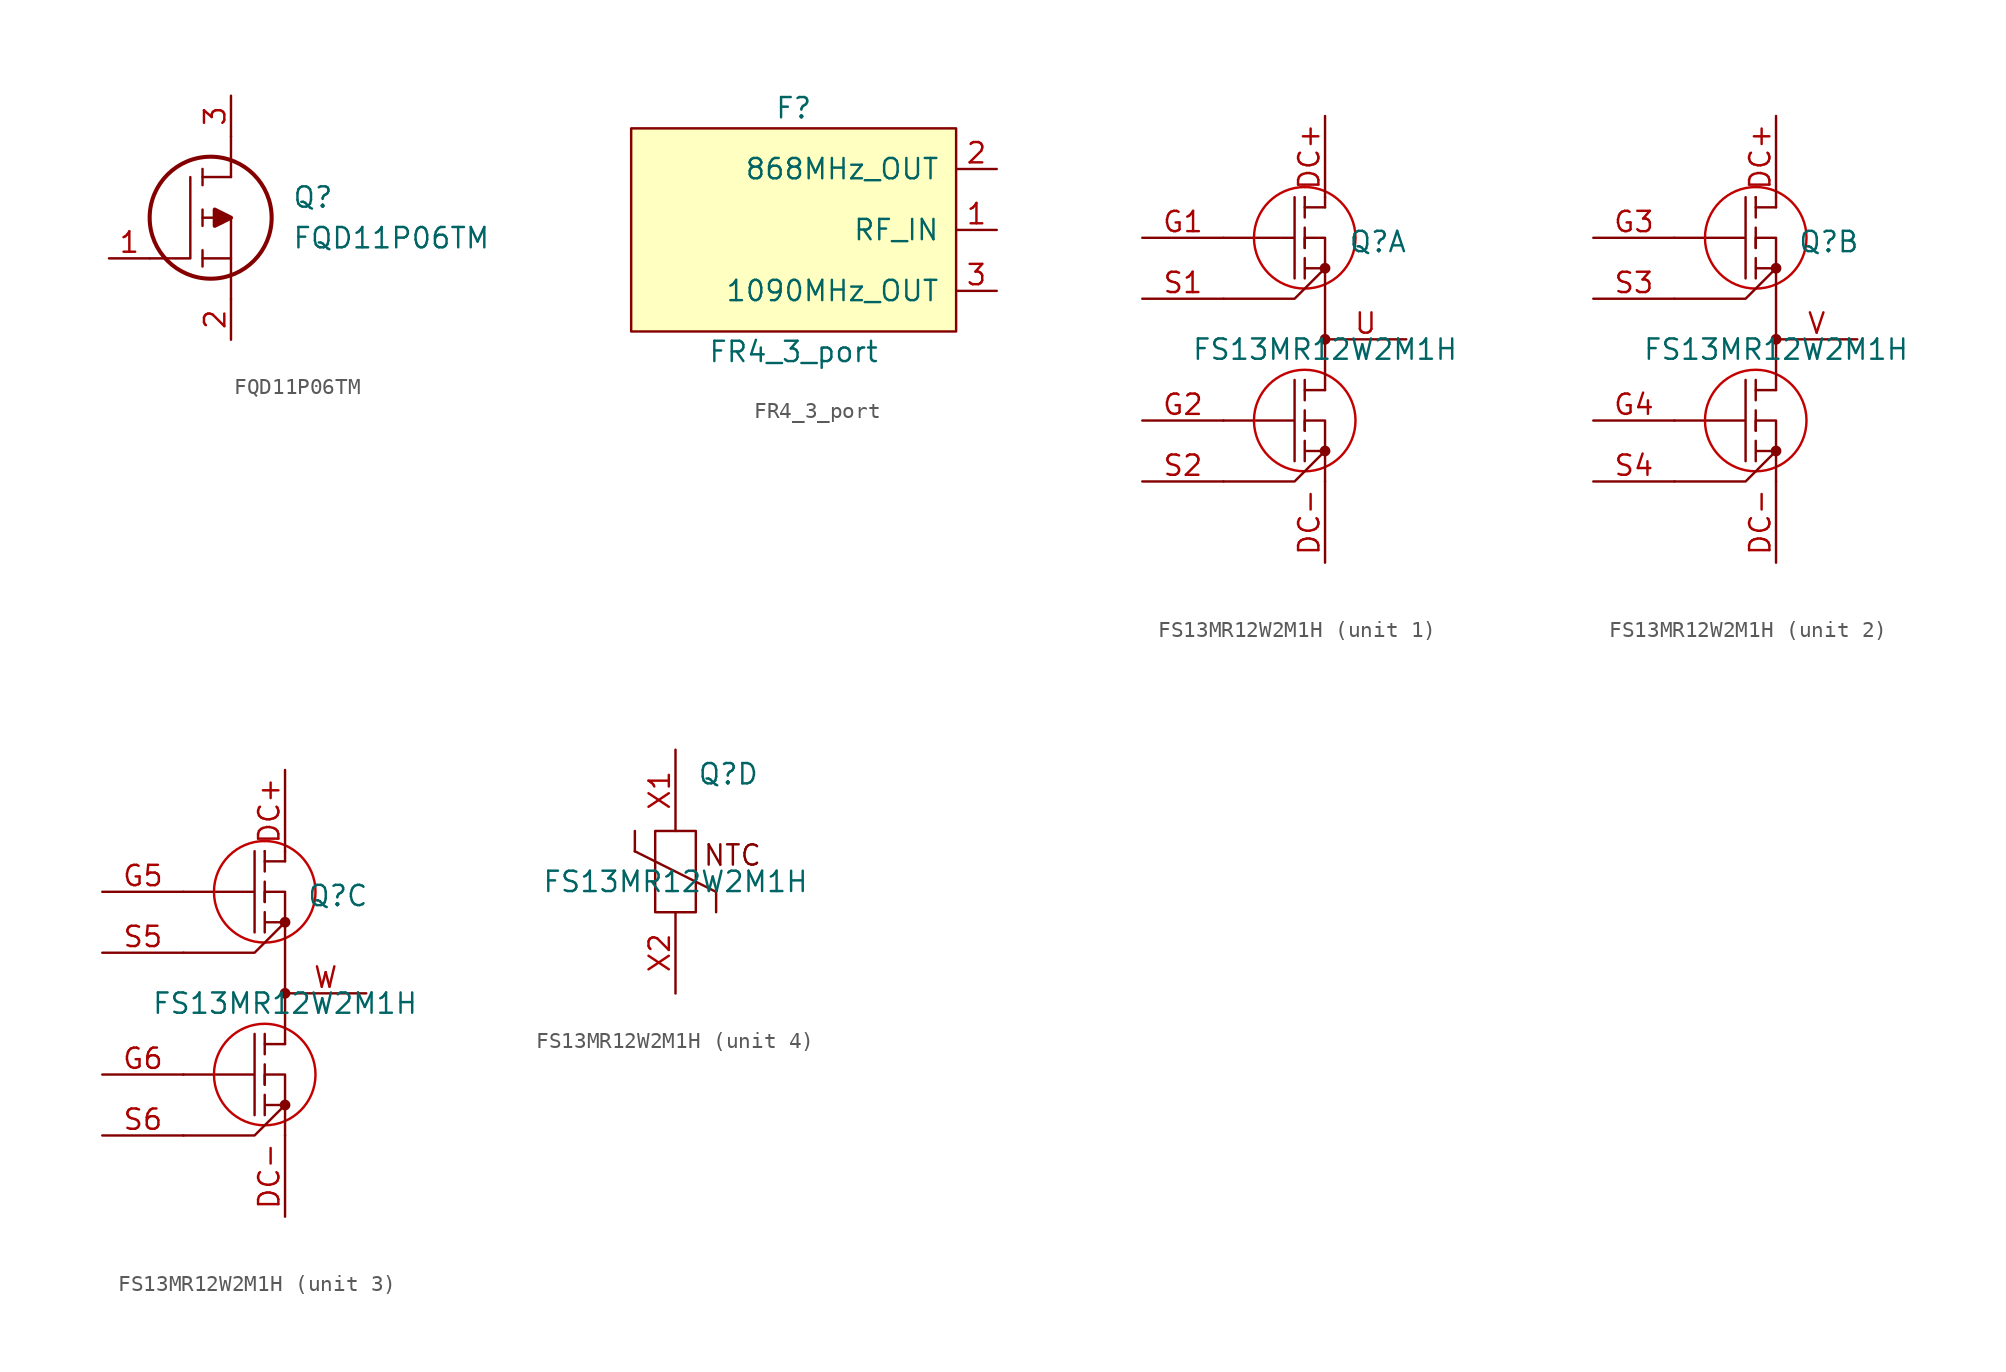
<source format=kicad_sym>
(kicad_symbol_lib
  (version 20231120)
  (generator "kicad_symbol_editor")
  (generator_version "8.0")
  (symbol "FQD11P06TM"
    (pin_names
      (offset 0.762))
    (property "Reference" "Q"
      (at 11.43 3.81 0)
      (effects (font (size 1.27 1.27)) (justify left)))
    (property "Value" "FQD11P06TM"
      (at 11.43 1.27 0)
      (effects (font (size 1.27 1.27)) (justify left)))
    (symbol "FQD11P06TM_0_0"
      (pin passive line (at 0 0 0) (length 2.54) (name "~" (effects (font (size 1.27 1.27)))) (number "1" (effects (font (size 1.27 1.27)))))
      (pin passive line (at 7.62 -5.08 90) (length 2.54) (name "~" (effects (font (size 1.27 1.27)))) (number "2" (effects (font (size 1.27 1.27)))))
      (pin passive line (at 7.62 10.16 270) (length 2.54) (name "~" (effects (font (size 1.27 1.27)))) (number "3" (effects (font (size 1.27 1.27))))))
    (symbol "FQD11P06TM_0_1"
      (polyline (pts (xy 5.842 -0.508) (xy 5.842 0.508)) (stroke (width 0.152) (type solid)) (fill (type none)))
      (polyline (pts (xy 5.842 0) (xy 7.62 0)) (stroke (width 0.152) (type solid)) (fill (type none)))
      (polyline (pts (xy 5.842 2.032) (xy 5.842 3.048)) (stroke (width 0.152) (type solid)) (fill (type none)))
      (polyline (pts (xy 5.842 5.588) (xy 5.842 4.572)) (stroke (width 0.152) (type solid)) (fill (type none)))
      (polyline (pts (xy 7.62 2.54) (xy 5.842 2.54)) (stroke (width 0.152) (type solid)) (fill (type none)))
      (polyline (pts (xy 7.62 2.54) (xy 7.62 -2.54)) (stroke (width 0.152) (type solid)) (fill (type none)))
      (polyline (pts (xy 7.62 5.08) (xy 5.842 5.08)) (stroke (width 0.152) (type solid)) (fill (type none)))
      (polyline (pts (xy 7.62 5.08) (xy 7.62 7.62)) (stroke (width 0.152) (type solid)) (fill (type none)))
      (polyline (pts (xy 2.54 0) (xy 5.08 0) (xy 5.08 5.08)) (stroke (width 0.152) (type solid)) (fill (type none)))
      (polyline (pts (xy 7.62 2.54) (xy 6.604 3.048) (xy 6.604 2.032) (xy 7.62 2.54)) (stroke (width 0.254) (type solid)) (fill (type outline)))
      (circle (center 6.35 2.54) (radius 3.81) (stroke (width 0.254) (type solid)) (fill (type none)))))
  (symbol "FR4_3_port"
    (pin_names
      (offset 1.016))
    (property "Reference" "F"
      (at 0 7.62 0)
      (effects (font (size 1.27 1.27))))
    (property "Value" "FR4_3_port"
      (at 0 -7.62 0)
      (effects (font (size 1.27 1.27))))
    (symbol "FR4_3_port_0_1"
      (rectangle (start 10.16 -6.35) (end -10.16 6.35) (stroke (width 0) (type default)) (fill (type background))))
    (symbol "FR4_3_port_1_1"
      (pin input line (at 12.7 0 180) (length 2.54) (name "RF_IN" (effects (font (size 1.27 1.27)))) (number "1" (effects (font (size 1.27 1.27)))))
      (pin output line (at 12.7 3.81 180) (length 2.54) (name "868MHz_OUT" (effects (font (size 1.27 1.27)))) (number "2" (effects (font (size 1.27 1.27)))))
      (pin output line (at 12.7 -3.81 180) (length 2.54) (name "1090MHz_OUT" (effects (font (size 1.27 1.27)))) (number "3" (effects (font (size 1.27 1.27)))))))
  (symbol "FS13MR12W2M1H"
    (pin_names
      (offset 0))
    (property "Reference" "Q"
      (at 3.302 6.096 0)
      (effects (font (size 1.27 1.27))))
    (property "Value" "FS13MR12W2M1H"
      (at 0 -0.635 0)
      (effects (font (size 1.27 1.27))))
    (property "ki_locked" ""
      (at 0 0 0)
      (effects (font (size 1.27 1.27))))
    (symbol "FS13MR12W2M1H_1_0"
      (pin power_in line (at 0 13.97 270) (length 5.08) (name "DC+" (effects (font (size 0 0)))) (number "DC+" (effects (font (size 1.27 1.27)))))
      (pin power_in line (at 0 -13.97 90) (length 5.08) (name "DC-" (effects (font (size 0 0)))) (number "DC-" (effects (font (size 1.27 1.27)))))
      (pin passive line (at -11.43 6.35 0) (length 5.08) (name "G1" (effects (font (size 0 0)))) (number "G1" (effects (font (size 1.27 1.27)))))
      (pin passive line (at -11.43 -5.08 0) (length 5.08) (name "G2" (effects (font (size 0 0)))) (number "G2" (effects (font (size 1.27 1.27)))))
      (pin passive line (at -11.43 2.54 0) (length 5.08) (name "S1" (effects (font (size 0 0)))) (number "S1" (effects (font (size 1.27 1.27)))))
      (pin passive line (at -11.43 -8.89 0) (length 5.08) (name "S2" (effects (font (size 0 0)))) (number "S2" (effects (font (size 1.27 1.27)))))
      (pin power_out line (at 5.08 0 180) (length 5.08) (name "U" (effects (font (size 0 0)))) (number "U" (effects (font (size 1.27 1.27))))))
    (symbol "FS13MR12W2M1H_1_1"
      (circle (center -1.27 -5.08) (radius 3.175) (stroke (width 0) (type default) (color 194 0 0 1)) (fill (type none)))
      (circle (center -1.27 6.35) (radius 3.175) (stroke (width 0) (type default) (color 194 0 0 1)) (fill (type none)))
      (circle (center 0 -6.985) (radius 0.259) (stroke (width 0) (type default)) (fill (type outline)))
      (polyline (pts (xy -1.27 -4.445) (xy -1.27 -5.715)) (stroke (width 0) (type default)) (fill (type none)))
      (polyline (pts (xy -1.27 -2.54) (xy -1.27 -3.175)) (stroke (width 0) (type default)) (fill (type none)))
      (polyline (pts (xy -1.27 6.985) (xy -1.27 5.715)) (stroke (width 0) (type default)) (fill (type none)))
      (polyline (pts (xy -1.27 8.89) (xy -1.27 8.255)) (stroke (width 0) (type default)) (fill (type none)))
      (polyline (pts (xy -1.27 8.89) (xy -1.27 8.89)) (stroke (width 0) (type default)) (fill (type none)))
      (polyline (pts (xy -1.27 9.525) (xy -1.27 9.525)) (stroke (width 0) (type default)) (fill (type none)))
      (polyline (pts (xy 0 -3.175) (xy 0 0)) (stroke (width 0) (type default)) (fill (type none)))
      (polyline (pts (xy 0 8.255) (xy 0 8.89)) (stroke (width 0) (type default)) (fill (type none)))
      (polyline (pts (xy 0 -6.985) (xy -1.905 -8.89) (xy -6.35 -8.89)) (stroke (width 0) (type default)) (fill (type none)))
      (polyline (pts (xy 0 -3.175) (xy -1.27 -3.175) (xy -1.27 -3.81)) (stroke (width 0) (type default)) (fill (type none)))
      (polyline (pts (xy 0 4.445) (xy -1.905 2.54) (xy -6.35 2.54)) (stroke (width 0) (type default)) (fill (type none)))
      (polyline (pts (xy 0 8.255) (xy -1.27 8.255) (xy -1.27 7.62)) (stroke (width 0) (type default)) (fill (type none)))
      (polyline (pts (xy -6.35 -5.08) (xy -1.905 -5.08) (xy -1.905 -2.54) (xy -1.905 -7.62)) (stroke (width 0) (type default)) (fill (type none)))
      (polyline (pts (xy -6.35 6.35) (xy -1.905 6.35) (xy -1.905 8.89) (xy -1.905 3.81)) (stroke (width 0) (type default)) (fill (type none)))
      (polyline (pts (xy -1.27 -5.715) (xy -1.27 -5.08) (xy 0 -5.08) (xy 0 -6.985) (xy -1.27 -6.985) (xy -1.27 -6.35) (xy -1.27 -7.62) (xy -1.27 -6.985) (xy 0 -6.985) (xy 0 -8.89)) (stroke (width 0) (type default)) (fill (type none)))
      (polyline (pts (xy -1.27 5.715) (xy -1.27 6.35) (xy 0 6.35) (xy 0 4.445) (xy -1.27 4.445) (xy -1.27 5.08) (xy -1.27 3.81) (xy -1.27 4.445) (xy 0 4.445) (xy 0 0)) (stroke (width 0) (type default)) (fill (type none)))
      (circle (center 0 0) (radius 0.259) (stroke (width 0) (type default)) (fill (type outline)))
      (circle (center 0 4.445) (radius 0.259) (stroke (width 0) (type default)) (fill (type outline))))
    (symbol "FS13MR12W2M1H_2_0"
      (pin power_in line (at 0 13.97 270) (length 5.08) (name "DC+" (effects (font (size 0 0)))) (number "DC+" (effects (font (size 1.27 1.27)))))
      (pin power_in line (at 0 -13.97 90) (length 5.08) (name "DC-" (effects (font (size 0 0)))) (number "DC-" (effects (font (size 1.27 1.27)))))
      (pin passive line (at -11.43 6.35 0) (length 5.08) (name "G2" (effects (font (size 0 0)))) (number "G3" (effects (font (size 1.27 1.27)))))
      (pin passive line (at -11.43 -5.08 0) (length 5.08) (name "G4" (effects (font (size 0 0)))) (number "G4" (effects (font (size 1.27 1.27)))))
      (pin passive line (at -11.43 2.54 0) (length 5.08) (name "S3" (effects (font (size 0 0)))) (number "S3" (effects (font (size 1.27 1.27)))))
      (pin passive line (at -11.43 -8.89 0) (length 5.08) (name "S4" (effects (font (size 0 0)))) (number "S4" (effects (font (size 1.27 1.27)))))
      (pin power_out line (at 5.08 0 180) (length 5.08) (name "V" (effects (font (size 0 0)))) (number "V" (effects (font (size 1.27 1.27))))))
    (symbol "FS13MR12W2M1H_2_1"
      (circle (center -1.27 -5.08) (radius 3.175) (stroke (width 0) (type default) (color 194 0 0 1)) (fill (type none)))
      (circle (center -1.27 6.35) (radius 3.175) (stroke (width 0) (type default) (color 194 0 0 1)) (fill (type none)))
      (circle (center 0 -6.985) (radius 0.259) (stroke (width 0) (type default)) (fill (type outline)))
      (polyline (pts (xy -1.27 -4.445) (xy -1.27 -5.715)) (stroke (width 0) (type default)) (fill (type none)))
      (polyline (pts (xy -1.27 -2.54) (xy -1.27 -3.175)) (stroke (width 0) (type default)) (fill (type none)))
      (polyline (pts (xy -1.27 6.985) (xy -1.27 5.715)) (stroke (width 0) (type default)) (fill (type none)))
      (polyline (pts (xy -1.27 8.89) (xy -1.27 8.255)) (stroke (width 0) (type default)) (fill (type none)))
      (polyline (pts (xy -1.27 8.89) (xy -1.27 8.89)) (stroke (width 0) (type default)) (fill (type none)))
      (polyline (pts (xy -1.27 9.525) (xy -1.27 9.525)) (stroke (width 0) (type default)) (fill (type none)))
      (polyline (pts (xy 0 -3.175) (xy 0 0)) (stroke (width 0) (type default)) (fill (type none)))
      (polyline (pts (xy 0 8.255) (xy 0 8.89)) (stroke (width 0) (type default)) (fill (type none)))
      (polyline (pts (xy 0 -6.985) (xy -1.905 -8.89) (xy -6.35 -8.89)) (stroke (width 0) (type default)) (fill (type none)))
      (polyline (pts (xy 0 -3.175) (xy -1.27 -3.175) (xy -1.27 -3.81)) (stroke (width 0) (type default)) (fill (type none)))
      (polyline (pts (xy 0 4.445) (xy -1.905 2.54) (xy -6.35 2.54)) (stroke (width 0) (type default)) (fill (type none)))
      (polyline (pts (xy 0 8.255) (xy -1.27 8.255) (xy -1.27 7.62)) (stroke (width 0) (type default)) (fill (type none)))
      (polyline (pts (xy -6.35 -5.08) (xy -1.905 -5.08) (xy -1.905 -2.54) (xy -1.905 -7.62)) (stroke (width 0) (type default)) (fill (type none)))
      (polyline (pts (xy -6.35 6.35) (xy -1.905 6.35) (xy -1.905 8.89) (xy -1.905 3.81)) (stroke (width 0) (type default)) (fill (type none)))
      (polyline (pts (xy -1.27 -5.715) (xy -1.27 -5.08) (xy 0 -5.08) (xy 0 -6.985) (xy -1.27 -6.985) (xy -1.27 -6.35) (xy -1.27 -7.62) (xy -1.27 -6.985) (xy 0 -6.985) (xy 0 -8.89)) (stroke (width 0) (type default)) (fill (type none)))
      (polyline (pts (xy -1.27 5.715) (xy -1.27 6.35) (xy 0 6.35) (xy 0 4.445) (xy -1.27 4.445) (xy -1.27 5.08) (xy -1.27 3.81) (xy -1.27 4.445) (xy 0 4.445) (xy 0 0)) (stroke (width 0) (type default)) (fill (type none)))
      (circle (center 0 0) (radius 0.259) (stroke (width 0) (type default)) (fill (type outline)))
      (circle (center 0 4.445) (radius 0.259) (stroke (width 0) (type default)) (fill (type outline))))
    (symbol "FS13MR12W2M1H_3_0"
      (pin power_in line (at 0 13.97 270) (length 5.08) (name "DC+" (effects (font (size 0 0)))) (number "DC+" (effects (font (size 1.27 1.27)))))
      (pin power_in line (at 0 -13.97 90) (length 5.08) (name "DC-" (effects (font (size 0 0)))) (number "DC-" (effects (font (size 1.27 1.27)))))
      (pin passive line (at -11.43 6.35 0) (length 5.08) (name "G5" (effects (font (size 0 0)))) (number "G5" (effects (font (size 1.27 1.27)))))
      (pin passive line (at -11.43 -5.08 0) (length 5.08) (name "G6" (effects (font (size 0 0)))) (number "G6" (effects (font (size 1.27 1.27)))))
      (pin passive line (at -11.43 2.54 0) (length 5.08) (name "S5" (effects (font (size 0 0)))) (number "S5" (effects (font (size 1.27 1.27)))))
      (pin passive line (at -11.43 -8.89 0) (length 5.08) (name "S6" (effects (font (size 0 0)))) (number "S6" (effects (font (size 1.27 1.27)))))
      (pin power_out line (at 5.08 0 180) (length 5.08) (name "W" (effects (font (size 0 0)))) (number "W" (effects (font (size 1.27 1.27))))))
    (symbol "FS13MR12W2M1H_3_1"
      (circle (center -1.27 -5.08) (radius 3.175) (stroke (width 0) (type default) (color 194 0 0 1)) (fill (type none)))
      (circle (center -1.27 6.35) (radius 3.175) (stroke (width 0) (type default) (color 194 0 0 1)) (fill (type none)))
      (circle (center 0 -6.985) (radius 0.259) (stroke (width 0) (type default)) (fill (type outline)))
      (polyline (pts (xy -1.27 -4.445) (xy -1.27 -5.715)) (stroke (width 0) (type default)) (fill (type none)))
      (polyline (pts (xy -1.27 -2.54) (xy -1.27 -3.175)) (stroke (width 0) (type default)) (fill (type none)))
      (polyline (pts (xy -1.27 6.985) (xy -1.27 5.715)) (stroke (width 0) (type default)) (fill (type none)))
      (polyline (pts (xy -1.27 8.89) (xy -1.27 8.255)) (stroke (width 0) (type default)) (fill (type none)))
      (polyline (pts (xy -1.27 8.89) (xy -1.27 8.89)) (stroke (width 0) (type default)) (fill (type none)))
      (polyline (pts (xy -1.27 9.525) (xy -1.27 9.525)) (stroke (width 0) (type default)) (fill (type none)))
      (polyline (pts (xy 0 -3.175) (xy 0 0)) (stroke (width 0) (type default)) (fill (type none)))
      (polyline (pts (xy 0 8.255) (xy 0 8.89)) (stroke (width 0) (type default)) (fill (type none)))
      (polyline (pts (xy 0 -6.985) (xy -1.905 -8.89) (xy -6.35 -8.89)) (stroke (width 0) (type default)) (fill (type none)))
      (polyline (pts (xy 0 -3.175) (xy -1.27 -3.175) (xy -1.27 -3.81)) (stroke (width 0) (type default)) (fill (type none)))
      (polyline (pts (xy 0 4.445) (xy -1.905 2.54) (xy -6.35 2.54)) (stroke (width 0) (type default)) (fill (type none)))
      (polyline (pts (xy 0 8.255) (xy -1.27 8.255) (xy -1.27 7.62)) (stroke (width 0) (type default)) (fill (type none)))
      (polyline (pts (xy -6.35 -5.08) (xy -1.905 -5.08) (xy -1.905 -2.54) (xy -1.905 -7.62)) (stroke (width 0) (type default)) (fill (type none)))
      (polyline (pts (xy -6.35 6.35) (xy -1.905 6.35) (xy -1.905 8.89) (xy -1.905 3.81)) (stroke (width 0) (type default)) (fill (type none)))
      (polyline (pts (xy -1.27 -5.715) (xy -1.27 -5.08) (xy 0 -5.08) (xy 0 -6.985) (xy -1.27 -6.985) (xy -1.27 -6.35) (xy -1.27 -7.62) (xy -1.27 -6.985) (xy 0 -6.985) (xy 0 -8.89)) (stroke (width 0) (type default)) (fill (type none)))
      (polyline (pts (xy -1.27 5.715) (xy -1.27 6.35) (xy 0 6.35) (xy 0 4.445) (xy -1.27 4.445) (xy -1.27 5.08) (xy -1.27 3.81) (xy -1.27 4.445) (xy 0 4.445) (xy 0 0)) (stroke (width 0) (type default)) (fill (type none)))
      (circle (center 0 0) (radius 0.259) (stroke (width 0) (type default)) (fill (type outline)))
      (circle (center 0 4.445) (radius 0.259) (stroke (width 0) (type default)) (fill (type outline))))
    (symbol "FS13MR12W2M1H_4_0"
      (pin passive line (at 0 7.62 270) (length 5.08) (name "X1" (effects (font (size 0 0)))) (number "X1" (effects (font (size 1.27 1.27)))))
      (pin passive line (at 0 -7.62 90) (length 5.08) (name "X2" (effects (font (size 0 0)))) (number "X2" (effects (font (size 1.27 1.27))))))
    (symbol "FS13MR12W2M1H_4_1"
      (rectangle (start -1.27 2.54) (end 1.27 -2.54) (stroke (width 0) (type default)) (fill (type none)))
      (polyline (pts (xy -2.54 1.27) (xy -2.54 1.27)) (stroke (width 0) (type default)) (fill (type none)))
      (polyline (pts (xy -2.54 2.54) (xy -2.54 1.27)) (stroke (width 0) (type default)) (fill (type none)))
      (polyline (pts (xy 2.54 -2.54) (xy 2.54 -1.27) (xy -2.54 1.27)) (stroke (width 0) (type default)) (fill (type none)))
      (text "NTC" (at 3.556 1.016 0) (effects (font (size 1.27 1.27)))))))
</source>
